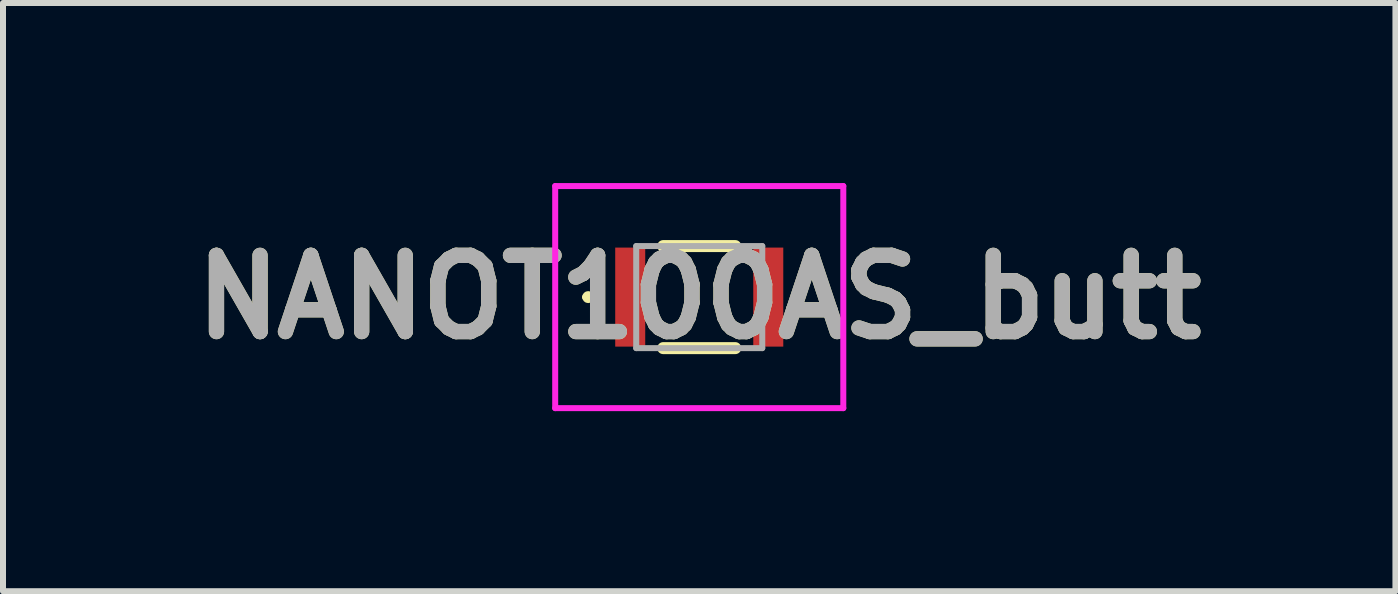
<source format=kicad_pcb>
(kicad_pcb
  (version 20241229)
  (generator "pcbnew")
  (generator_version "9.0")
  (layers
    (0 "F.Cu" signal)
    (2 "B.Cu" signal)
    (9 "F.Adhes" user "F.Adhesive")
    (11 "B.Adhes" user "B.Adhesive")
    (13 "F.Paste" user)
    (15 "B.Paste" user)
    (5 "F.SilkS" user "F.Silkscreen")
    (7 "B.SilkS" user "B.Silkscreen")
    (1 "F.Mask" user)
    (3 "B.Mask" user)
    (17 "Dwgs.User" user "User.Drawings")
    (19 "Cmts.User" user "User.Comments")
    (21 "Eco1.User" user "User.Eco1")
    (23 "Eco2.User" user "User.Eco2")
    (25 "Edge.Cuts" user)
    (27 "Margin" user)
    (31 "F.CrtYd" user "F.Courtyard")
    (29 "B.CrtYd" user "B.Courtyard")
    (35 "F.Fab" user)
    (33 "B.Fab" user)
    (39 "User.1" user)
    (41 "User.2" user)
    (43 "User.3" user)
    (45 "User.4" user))
  (footprint "NANOT100AS_butt"
    (layer "F.Cu")
    (at 8.6 1.9)
    (property "Reference" "NANOT100AS_butt" (at 0 0 0) (layer "F.SilkS") (effects (font (size 1.27 1.27) (thickness 0.254))))
    (attr smd)
    (fp_line (start -1.9 0) (end -1.9 0) (stroke (width 0.1) (type solid)) (layer "F.SilkS"))
    (fp_line (start -1.8 0) (end -1.8 0) (stroke (width 0.1) (type solid)) (layer "F.SilkS"))
    (fp_line (start -0.6 -0.85) (end 0.6 -0.85) (stroke (width 0.2) (type solid)) (layer "F.SilkS"))
    (fp_line (start -0.6 0.85) (end 0.6 0.85) (stroke (width 0.2) (type solid)) (layer "F.SilkS"))
    (fp_arc (start -1.9 0) (mid -1.85 -0.05) (end -1.8 0) (stroke (width 0.1) (type solid)) (layer "F.SilkS"))
    (fp_arc (start -1.8 0) (mid -1.85 0.05) (end -1.9 0) (stroke (width 0.1) (type solid)) (layer "F.SilkS"))
    (fp_line (start -2.4 -1.85) (end 2.4 -1.85) (stroke (width 0.1) (type solid)) (layer "F.CrtYd"))
    (fp_line (start -2.4 1.85) (end -2.4 -1.85) (stroke (width 0.1) (type solid)) (layer "F.CrtYd"))
    (fp_line (start 2.4 -1.85) (end 2.4 1.85) (stroke (width 0.1) (type solid)) (layer "F.CrtYd"))
    (fp_line (start 2.4 1.85) (end -2.4 1.85) (stroke (width 0.1) (type solid)) (layer "F.CrtYd"))
    (fp_line (start -1.05 -0.85) (end 1.05 -0.85) (stroke (width 0.1) (type solid)) (layer "F.Fab"))
    (fp_line (start -1.05 0.85) (end -1.05 -0.85) (stroke (width 0.1) (type solid)) (layer "F.Fab"))
    (fp_line (start 1.05 -0.85) (end 1.05 0.85) (stroke (width 0.1) (type solid)) (layer "F.Fab"))
    (fp_line (start 1.05 0.85) (end -1.05 0.85) (stroke (width 0.1) (type solid)) (layer "F.Fab"))
    (fp_text user "${REFERENCE}" (at 0 0 0) (layer "F.Fab") (effects (font (size 1.27 1.27) (thickness 0.254))))
    (pad "1" smd rect (at -1.15 0) (size 0.5 1.65) (layers "F.Cu" "F.Mask" "F.Paste"))
    (pad "2" smd rect (at 1.15 0) (size 0.5 1.65) (layers "F.Cu" "F.Mask" "F.Paste")))
  (gr_rect
    (start -3 -3)
    (end 20.199 6.8)
    (stroke (width 0.1) (type default))
    (fill no)
    (layer "Edge.Cuts")))
</source>
